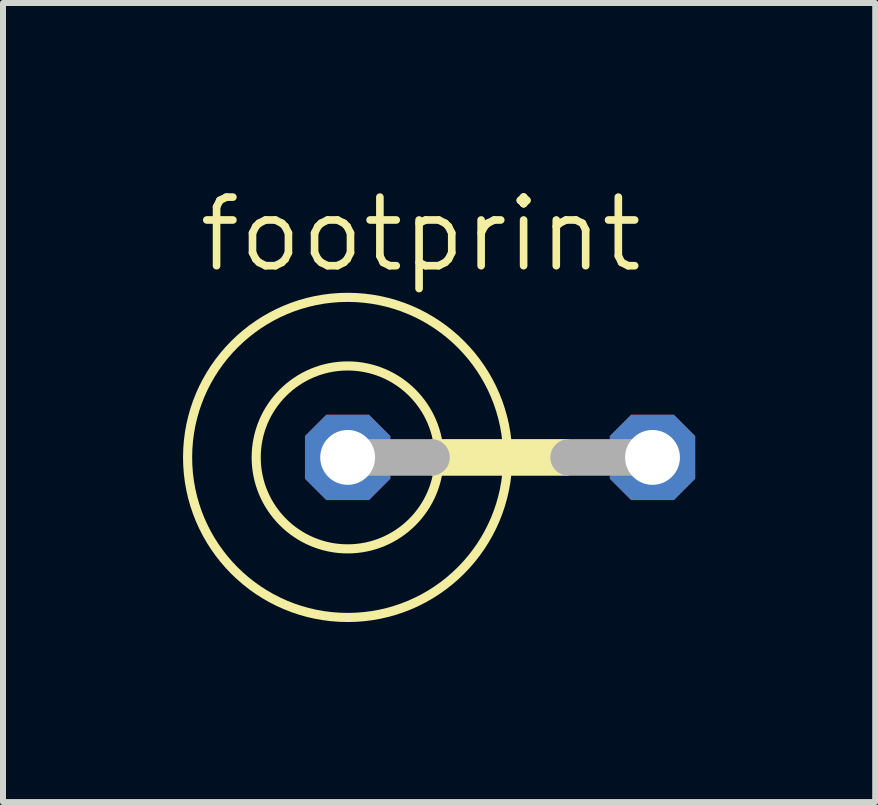
<source format=kicad_pcb>
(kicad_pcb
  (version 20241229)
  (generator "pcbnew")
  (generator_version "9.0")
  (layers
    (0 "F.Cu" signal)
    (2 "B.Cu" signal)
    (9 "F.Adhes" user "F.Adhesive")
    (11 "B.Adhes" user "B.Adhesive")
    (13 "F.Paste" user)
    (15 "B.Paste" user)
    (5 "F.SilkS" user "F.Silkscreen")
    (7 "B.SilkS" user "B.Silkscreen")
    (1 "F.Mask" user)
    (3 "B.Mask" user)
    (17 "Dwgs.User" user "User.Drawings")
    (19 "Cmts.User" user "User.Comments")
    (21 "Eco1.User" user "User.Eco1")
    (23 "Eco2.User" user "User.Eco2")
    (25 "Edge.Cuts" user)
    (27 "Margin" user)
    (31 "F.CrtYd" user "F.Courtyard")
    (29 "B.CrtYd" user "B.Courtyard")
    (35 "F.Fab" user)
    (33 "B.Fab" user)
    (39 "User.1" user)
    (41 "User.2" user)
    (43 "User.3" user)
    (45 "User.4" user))
  (footprint "footprint"
    (layer "F.Cu")
    (at 5.283 4.572)
    (property "Reference" "footprint" (at -5.08 -3.048 0) (layer "F.SilkS") (effects (font (size 1.143 1.143) (thickness 0.127)) (justify left bottom)))
    (fp_circle (center -2.54 0) (end -1.016 0) (stroke (width 0.152) (type solid)) (fill no) (layer "F.SilkS"))
    (fp_circle (center -2.54 0) (end 0.127 0) (stroke (width 0.152) (type solid)) (fill no) (layer "F.SilkS"))
    (fp_poly (pts (xy -1.143 0.305) (xy 1.143 0.305) (xy 1.143 -0.305) (xy -1.143 -0.305)) (stroke (width 0) (type solid)) (fill yes) (layer "F.SilkS"))
    (fp_line (start -1.143 0) (end -2.54 0) (stroke (width 0.61) (type solid)) (layer "F.Fab"))
    (fp_line (start 2.54 0) (end 1.143 0) (stroke (width 0.61) (type solid)) (layer "F.Fab"))
    (pad "1" thru_hole roundrect (at -2.54 0) (size 1.422 1.422) (drill 0.914) (layers "*.Cu" "*.Mask") (roundrect_rratio 0.25) (chamfer_ratio 0.25) (chamfer top_left top_right bottom_left bottom_right))
    (pad "2" thru_hole roundrect (at 2.54 0) (size 1.422 1.422) (drill 0.914) (layers "*.Cu" "*.Mask") (roundrect_rratio 0.25) (chamfer_ratio 0.25) (chamfer top_left top_right bottom_left bottom_right)))
  (gr_rect
    (start -3 -3)
    (end 11.534 10.315)
    (stroke (width 0.1) (type default))
    (fill no)
    (layer "Edge.Cuts")))
</source>
